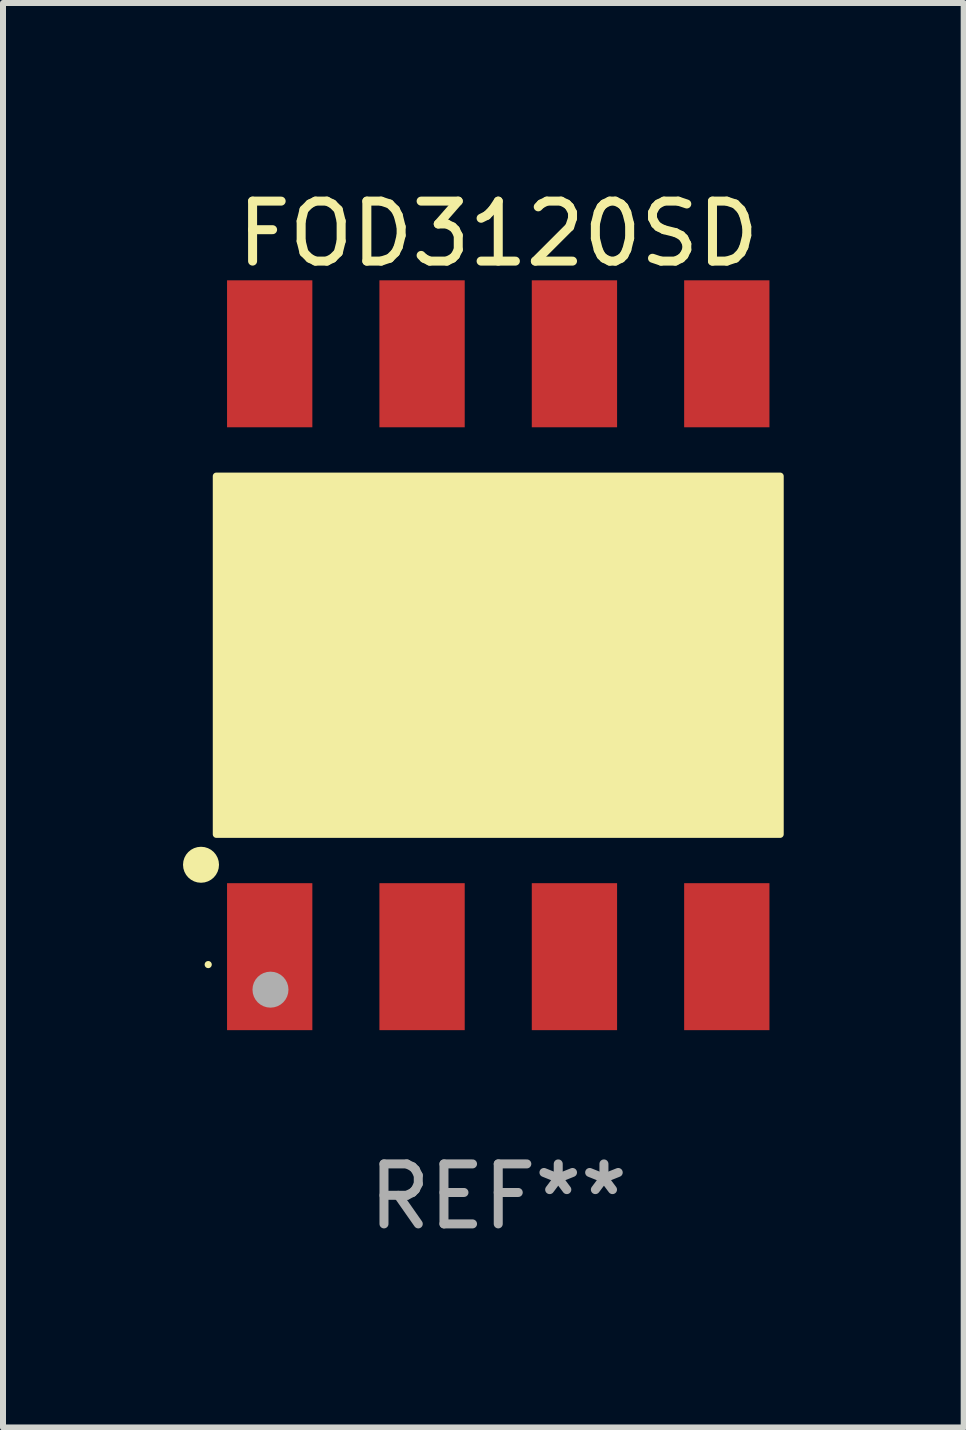
<source format=kicad_pcb>
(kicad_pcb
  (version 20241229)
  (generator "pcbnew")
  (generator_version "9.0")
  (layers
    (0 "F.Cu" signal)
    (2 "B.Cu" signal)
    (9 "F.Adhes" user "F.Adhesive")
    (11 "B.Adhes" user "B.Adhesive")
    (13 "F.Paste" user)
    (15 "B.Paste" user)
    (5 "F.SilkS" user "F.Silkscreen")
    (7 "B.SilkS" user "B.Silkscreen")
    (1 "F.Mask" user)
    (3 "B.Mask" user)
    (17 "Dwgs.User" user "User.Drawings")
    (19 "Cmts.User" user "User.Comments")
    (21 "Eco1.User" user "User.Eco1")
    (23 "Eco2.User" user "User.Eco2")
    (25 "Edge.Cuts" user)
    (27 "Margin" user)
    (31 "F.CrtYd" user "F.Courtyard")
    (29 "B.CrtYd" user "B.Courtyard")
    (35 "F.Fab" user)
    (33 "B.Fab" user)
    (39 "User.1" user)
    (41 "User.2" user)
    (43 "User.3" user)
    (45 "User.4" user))
  (footprint "FOD3120SD"
    (layer "F.Cu")
    (at 5.256 7.873)
    (property "Reference" "FOD3120SD" (at 0 -7.025 0) (layer "F.SilkS") (effects (font (size 1 1) (thickness 0.15))))
    (attr through_hole)
    (fp_circle (center -4.955 3.493) (end -4.805 3.493) (stroke (width 0.3) (type solid)) (fill no) (layer "F.SilkS"))
    (fp_circle (center -4.835 5.157) (end -4.805 5.157) (stroke (width 0.06) (type solid)) (fill no) (layer "F.SilkS"))
    (fp_poly (pts (xy -4.699 -2.985) (xy 4.699 -2.985) (xy 4.699 2.985) (xy -4.699 2.985)) (stroke (width 0.12) (type solid)) (fill yes) (layer "F.SilkS"))
    (fp_circle (center -3.797 5.575) (end -3.647 5.575) (stroke (width 0.3) (type solid)) (fill no) (layer "F.Fab"))
    (fp_text user "REF**" (at 0 9.025 0) (layer "F.Fab") (effects (font (size 1 1) (thickness 0.15))))
    (pad "1" smd rect (at -3.81 5.025) (size 1.422 2.45) (layers "F.Cu" "F.Mask" "F.Paste"))
    (pad "2" smd rect (at -1.27 5.025) (size 1.422 2.45) (layers "F.Cu" "F.Mask" "F.Paste"))
    (pad "3" smd rect (at 1.27 5.025) (size 1.422 2.45) (layers "F.Cu" "F.Mask" "F.Paste"))
    (pad "4" smd rect (at 3.81 5.025) (size 1.422 2.45) (layers "F.Cu" "F.Mask" "F.Paste"))
    (pad "5" smd rect (at 3.81 -5.025) (size 1.422 2.45) (layers "F.Cu" "F.Mask" "F.Paste"))
    (pad "6" smd rect (at 1.27 -5.025) (size 1.422 2.45) (layers "F.Cu" "F.Mask" "F.Paste"))
    (pad "7" smd rect (at -1.27 -5.025) (size 1.422 2.45) (layers "F.Cu" "F.Mask" "F.Paste"))
    (pad "8" smd rect (at -3.81 -5.025) (size 1.422 2.45) (layers "F.Cu" "F.Mask" "F.Paste")))
  (gr_rect
    (start -3 -3)
    (end 13.015 20.746)
    (stroke (width 0.1) (type default))
    (fill no)
    (layer "Edge.Cuts")))
</source>
